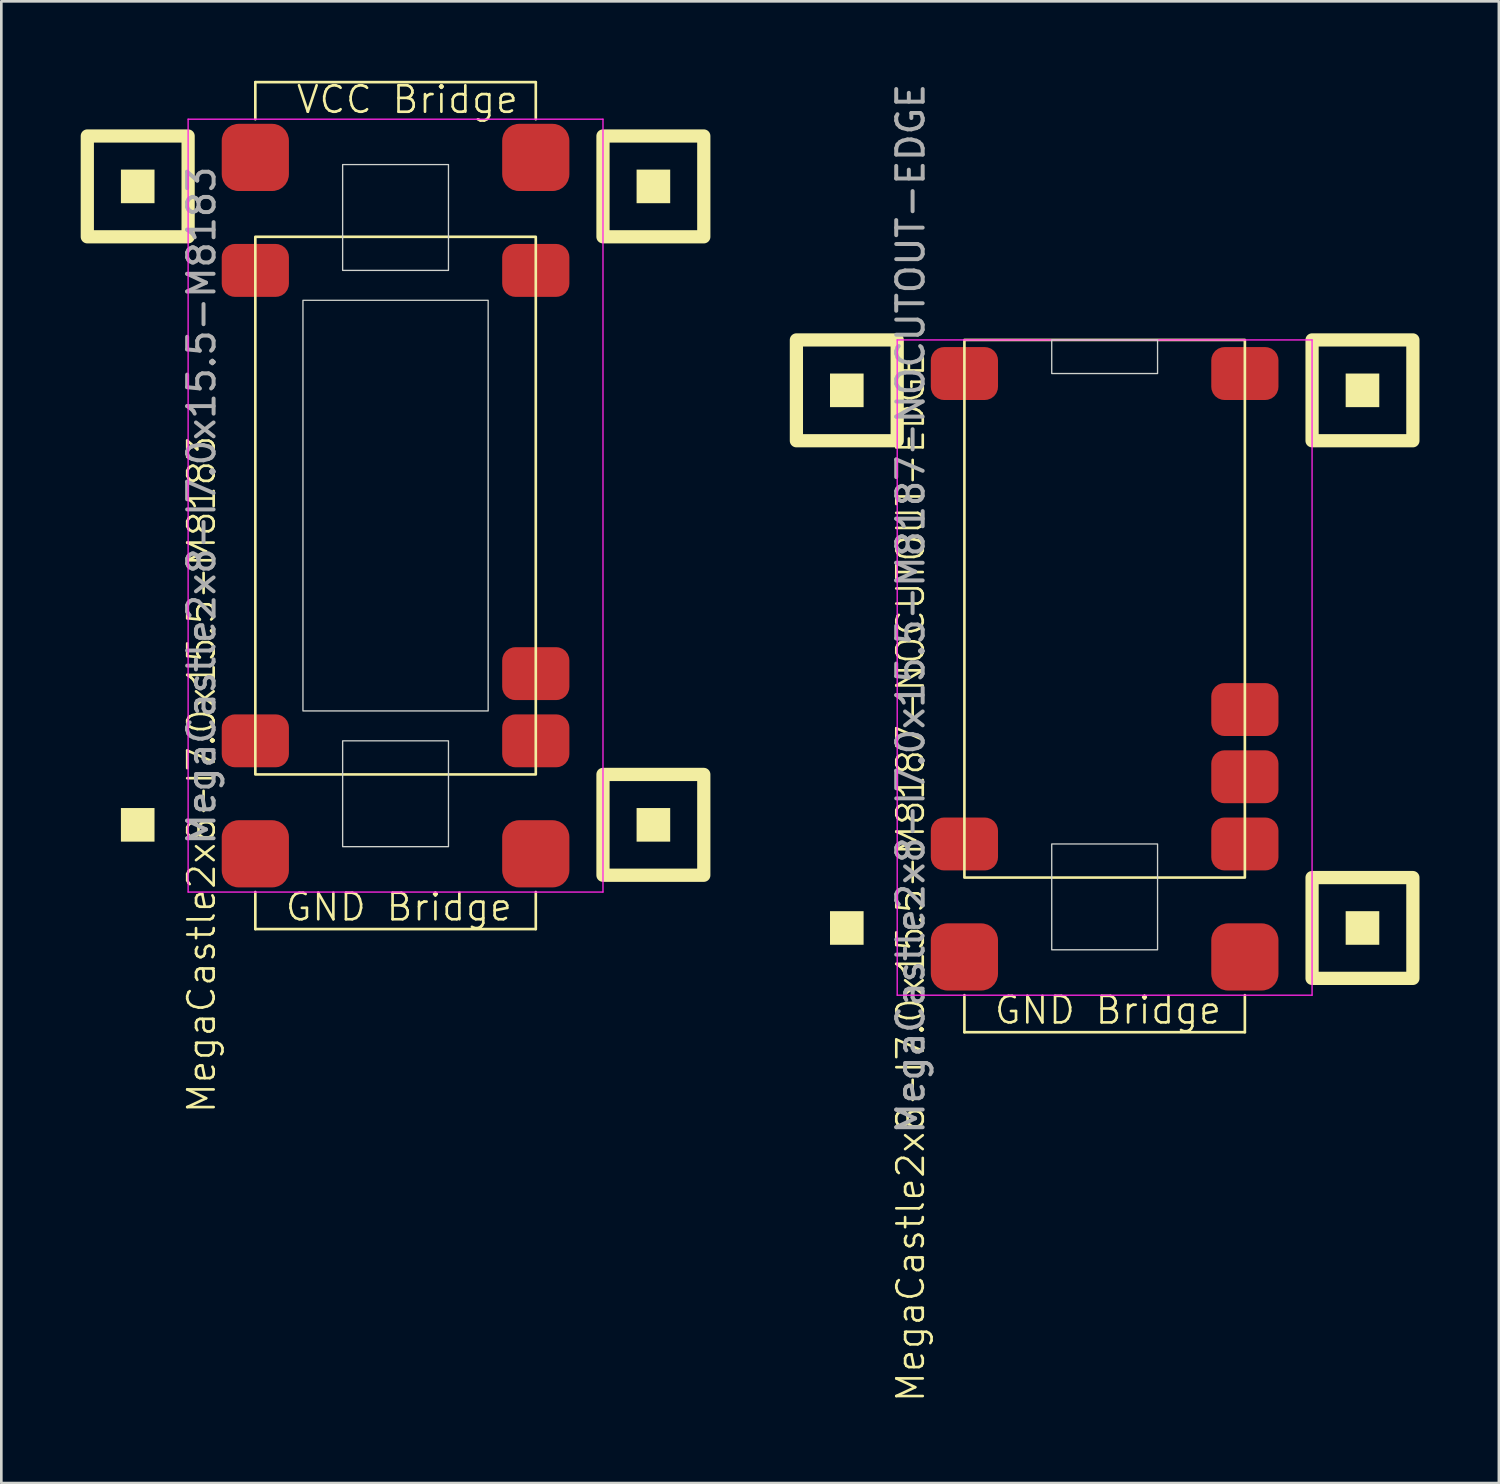
<source format=kicad_pcb>
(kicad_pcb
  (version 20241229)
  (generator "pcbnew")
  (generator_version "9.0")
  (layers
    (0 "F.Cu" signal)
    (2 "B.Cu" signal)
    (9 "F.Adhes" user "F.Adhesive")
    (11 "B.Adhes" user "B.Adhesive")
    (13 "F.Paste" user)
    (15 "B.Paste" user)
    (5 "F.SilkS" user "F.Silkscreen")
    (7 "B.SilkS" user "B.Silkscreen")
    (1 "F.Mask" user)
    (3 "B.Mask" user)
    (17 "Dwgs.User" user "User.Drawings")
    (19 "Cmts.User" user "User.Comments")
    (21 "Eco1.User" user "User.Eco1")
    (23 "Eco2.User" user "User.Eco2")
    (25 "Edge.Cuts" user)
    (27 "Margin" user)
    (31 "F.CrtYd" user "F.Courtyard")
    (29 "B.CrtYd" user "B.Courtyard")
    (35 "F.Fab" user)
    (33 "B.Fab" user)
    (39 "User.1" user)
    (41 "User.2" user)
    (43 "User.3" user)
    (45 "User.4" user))
  (footprint "MegaCastle2x8-I7.0x15.5-M8187-NOCUTOUT-EDGE"
    (layer "F.Cu")
    (at 38.7 19.958)
    (property "Reference" "MegaCastle2x8-I7.0x15.5-M8187-NOCUTOUT-EDGE" (at -7.332 10.16 90) (unlocked yes) (layer "F.SilkS") (effects (font (size 1 1) (thickness 0.1))))
    (attr smd)
    (fp_line (start -5.3 14.605) (end -5.3 16.005) (stroke (width 0.1) (type default)) (layer "F.SilkS"))
    (fp_line (start -5.3 16.005) (end 5.3 16.005) (stroke (width 0.1) (type default)) (layer "F.SilkS"))
    (fp_line (start 5.3 14.605) (end 5.3 16.005) (stroke (width 0.1) (type default)) (layer "F.SilkS"))
    (fp_rect (start -9.11 -7.62) (end -10.38 -8.89) (stroke (width 0) (type solid)) (fill yes) (layer "F.SilkS"))
    (fp_rect (start -9.11 12.7) (end -10.38 11.43) (stroke (width 0) (type solid)) (fill yes) (layer "F.SilkS"))
    (fp_rect (start -7.84 -6.35) (end -11.65 -10.16) (stroke (width 0.5) (type default)) (fill no) (layer "F.SilkS"))
    (fp_rect (start -5.3 -10.16) (end 5.3 10.16) (stroke (width 0.1) (type default)) (fill no) (layer "F.SilkS"))
    (fp_rect (start 10.38 -7.62) (end 9.11 -8.89) (stroke (width 0) (type solid)) (fill yes) (layer "F.SilkS"))
    (fp_rect (start 10.38 12.7) (end 9.11 11.43) (stroke (width 0) (type solid)) (fill yes) (layer "F.SilkS"))
    (fp_rect (start 11.65 -6.35) (end 7.84 -10.16) (stroke (width 0.5) (type default)) (fill no) (layer "F.SilkS"))
    (fp_rect (start 11.65 13.97) (end 7.84 10.16) (stroke (width 0.5) (type default)) (fill no) (layer "F.SilkS"))
    (fp_rect (start -2 -8.89) (end 2 -10.16) (stroke (width 0.05) (type default)) (fill no) (layer "Edge.Cuts"))
    (fp_rect (start -2 8.89) (end 2 12.89) (stroke (width 0.05) (type default)) (fill no) (layer "Edge.Cuts"))
    (fp_line (start -7.84 -10.16) (end -7.84 14.605) (stroke (width 0.05) (type default)) (layer "F.CrtYd"))
    (fp_line (start -7.84 14.605) (end 7.84 14.605) (stroke (width 0.05) (type default)) (layer "F.CrtYd"))
    (fp_line (start 7.84 -10.16) (end -7.84 -10.16) (stroke (width 0.05) (type default)) (layer "F.CrtYd"))
    (fp_line (start 7.84 -10.16) (end 7.84 14.605) (stroke (width 0.05) (type default)) (layer "F.CrtYd"))
    (fp_text user "GND Bridge" (at -4.226 15.76 0) (unlocked yes) (layer "F.SilkS") (effects (font (size 1 1) (thickness 0.1)) (justify left bottom)))
    (fp_text user "${REFERENCE}" (at -7.332 0 90) (unlocked yes) (layer "F.Fab") (effects (font (size 1 1) (thickness 0.15))))
    (pad "1" smd roundrect (at -5.3 -8.89) (size 2.54 2) (layers "F.Cu" "F.Mask" "F.Paste") (roundrect_rratio 0.25))
    (pad "8" smd roundrect (at -5.3 8.89) (size 2.54 2) (layers "F.Cu" "F.Mask" "F.Paste") (roundrect_rratio 0.25))
    (pad "9" smd roundrect (at 5.3 -8.89) (size 2.54 2) (layers "F.Cu" "F.Mask" "F.Paste") (roundrect_rratio 0.25))
    (pad "14" smd roundrect (at 5.3 3.81) (size 2.54 2) (layers "F.Cu" "F.Mask" "F.Paste") (roundrect_rratio 0.25))
    (pad "15" smd roundrect (at 5.3 6.35) (size 2.54 2) (layers "F.Cu" "F.Mask" "F.Paste") (roundrect_rratio 0.25))
    (pad "16" smd roundrect (at 5.3 8.89) (size 2.54 2) (layers "F.Cu" "F.Mask" "F.Paste") (roundrect_rratio 0.25))
    (pad "B1" smd roundrect (at -5.3 13.16) (size 2.54 2.54) (layers "F.Cu" "F.Mask" "F.Paste") (roundrect_rratio 0.25))
    (pad "B2" smd roundrect (at 5.3 13.16) (size 2.54 2.54) (layers "F.Cu" "F.Mask" "F.Paste") (roundrect_rratio 0.25)))
  (footprint "MegaCastle2x8-I7.0x15.5-M8183"
    (layer "F.Cu")
    (at 11.9 16.06)
    (property "Reference" "MegaCastle2x8-I7.0x15.5-M8183" (at -7.332 10.16 90) (unlocked yes) (layer "F.SilkS") (effects (font (size 1 1) (thickness 0.1))))
    (attr smd)
    (fp_line (start -5.3 -16.005) (end 5.3 -16.005) (stroke (width 0.1) (type default)) (layer "F.SilkS"))
    (fp_line (start -5.3 -14.605) (end -5.3 -16.005) (stroke (width 0.1) (type default)) (layer "F.SilkS"))
    (fp_line (start -5.3 14.605) (end -5.3 16.005) (stroke (width 0.1) (type default)) (layer "F.SilkS"))
    (fp_line (start -5.3 16.005) (end 5.3 16.005) (stroke (width 0.1) (type default)) (layer "F.SilkS"))
    (fp_line (start 5.3 -14.605) (end 5.3 -16.005) (stroke (width 0.1) (type default)) (layer "F.SilkS"))
    (fp_line (start 5.3 14.605) (end 5.3 16.005) (stroke (width 0.1) (type default)) (layer "F.SilkS"))
    (fp_rect (start -9.11 -11.43) (end -10.38 -12.7) (stroke (width 0) (type solid)) (fill yes) (layer "F.SilkS"))
    (fp_rect (start -9.11 12.7) (end -10.38 11.43) (stroke (width 0) (type solid)) (fill yes) (layer "F.SilkS"))
    (fp_rect (start -7.84 -10.16) (end -11.65 -13.97) (stroke (width 0.5) (type default)) (fill no) (layer "F.SilkS"))
    (fp_rect (start -5.3 -10.16) (end 5.3 10.16) (stroke (width 0.1) (type default)) (fill no) (layer "F.SilkS"))
    (fp_rect (start 10.38 -11.43) (end 9.11 -12.7) (stroke (width 0) (type solid)) (fill yes) (layer "F.SilkS"))
    (fp_rect (start 10.38 12.7) (end 9.11 11.43) (stroke (width 0) (type solid)) (fill yes) (layer "F.SilkS"))
    (fp_rect (start 11.65 -10.16) (end 7.84 -13.97) (stroke (width 0.5) (type default)) (fill no) (layer "F.SilkS"))
    (fp_rect (start 11.65 13.97) (end 7.84 10.16) (stroke (width 0.5) (type default)) (fill no) (layer "F.SilkS"))
    (fp_rect (start -3.5 -7.76) (end 3.5 7.76) (stroke (width 0.05) (type default)) (fill no) (layer "Edge.Cuts"))
    (fp_rect (start -2 -8.89) (end 2 -12.89) (stroke (width 0.05) (type default)) (fill no) (layer "Edge.Cuts"))
    (fp_rect (start -2 8.89) (end 2 12.89) (stroke (width 0.05) (type default)) (fill no) (layer "Edge.Cuts"))
    (fp_line (start -7.84 -14.605) (end -7.84 14.605) (stroke (width 0.05) (type default)) (layer "F.CrtYd"))
    (fp_line (start -7.84 14.605) (end 7.84 14.605) (stroke (width 0.05) (type default)) (layer "F.CrtYd"))
    (fp_line (start 7.84 -14.605) (end -7.84 -14.605) (stroke (width 0.05) (type default)) (layer "F.CrtYd"))
    (fp_line (start 7.84 -14.605) (end 7.84 14.605) (stroke (width 0.05) (type default)) (layer "F.CrtYd"))
    (fp_text user "GND Bridge" (at -4.226 15.76 0) (unlocked yes) (layer "F.SilkS") (effects (font (size 1 1) (thickness 0.1)) (justify left bottom)))
    (fp_text user "VCC Bridge" (at -3.81 -14.76 0) (unlocked yes) (layer "F.SilkS") (effects (font (size 1 1) (thickness 0.1)) (justify left bottom)))
    (fp_text user "${REFERENCE}" (at -7.332 0 90) (unlocked yes) (layer "F.Fab") (effects (font (size 1 1) (thickness 0.15))))
    (pad "1" smd roundrect (at -5.3 -8.89) (size 2.54 2) (layers "F.Cu" "F.Mask" "F.Paste") (roundrect_rratio 0.25))
    (pad "8" smd roundrect (at -5.3 8.89) (size 2.54 2) (layers "F.Cu" "F.Mask" "F.Paste") (roundrect_rratio 0.25))
    (pad "9" smd roundrect (at 5.3 -8.89) (size 2.54 2) (layers "F.Cu" "F.Mask" "F.Paste") (roundrect_rratio 0.25))
    (pad "15" smd roundrect (at 5.3 6.35) (size 2.54 2) (layers "F.Cu" "F.Mask" "F.Paste") (roundrect_rratio 0.25))
    (pad "16" smd roundrect (at 5.3 8.89) (size 2.54 2) (layers "F.Cu" "F.Mask" "F.Paste") (roundrect_rratio 0.25))
    (pad "A1" smd roundrect (at -5.3 -13.16) (size 2.54 2.54) (layers "F.Cu" "F.Mask" "F.Paste") (roundrect_rratio 0.25))
    (pad "A2" smd roundrect (at 5.3 -13.16) (size 2.54 2.54) (layers "F.Cu" "F.Mask" "F.Paste") (roundrect_rratio 0.25))
    (pad "B1" smd roundrect (at -5.3 13.16) (size 2.54 2.54) (layers "F.Cu" "F.Mask" "F.Paste") (roundrect_rratio 0.25))
    (pad "B2" smd roundrect (at 5.3 13.16) (size 2.54 2.54) (layers "F.Cu" "F.Mask" "F.Paste") (roundrect_rratio 0.25)))
  (gr_rect
    (start -3 -3)
    (end 53.6 53.002)
    (stroke (width 0.1) (type default))
    (fill no)
    (layer "Edge.Cuts")))
</source>
